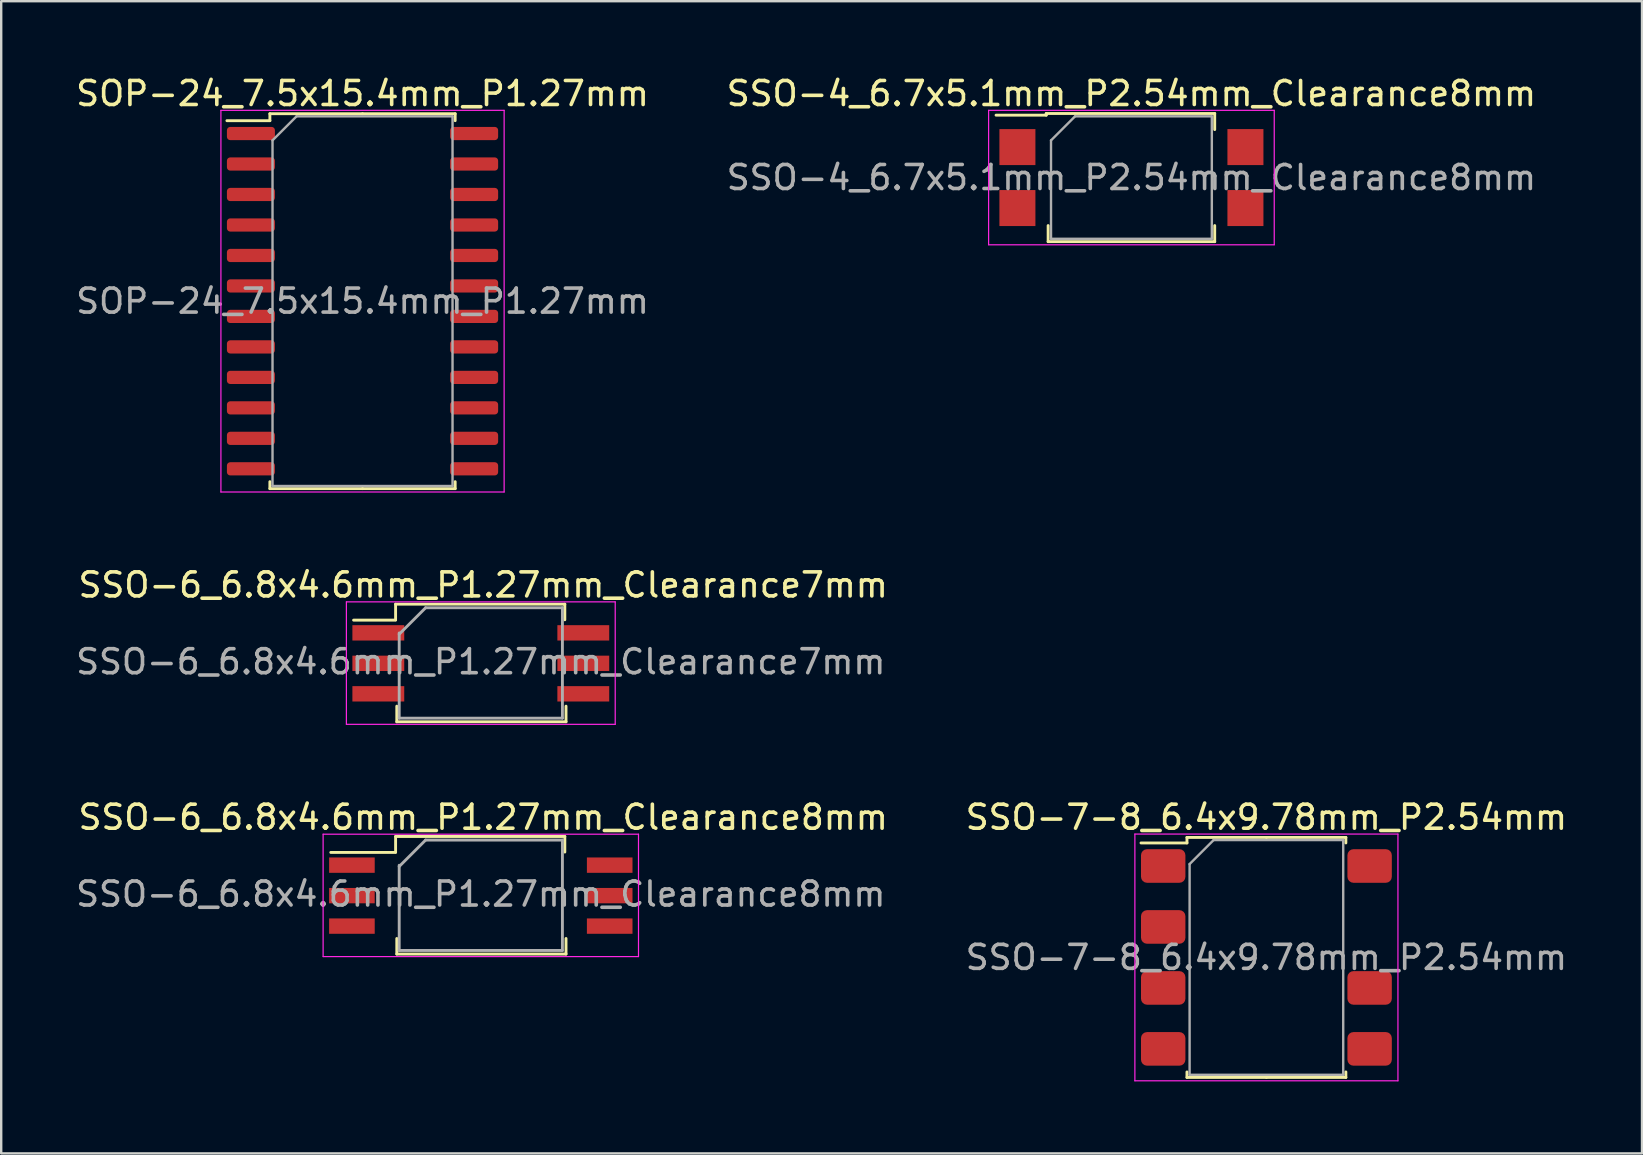
<source format=kicad_pcb>
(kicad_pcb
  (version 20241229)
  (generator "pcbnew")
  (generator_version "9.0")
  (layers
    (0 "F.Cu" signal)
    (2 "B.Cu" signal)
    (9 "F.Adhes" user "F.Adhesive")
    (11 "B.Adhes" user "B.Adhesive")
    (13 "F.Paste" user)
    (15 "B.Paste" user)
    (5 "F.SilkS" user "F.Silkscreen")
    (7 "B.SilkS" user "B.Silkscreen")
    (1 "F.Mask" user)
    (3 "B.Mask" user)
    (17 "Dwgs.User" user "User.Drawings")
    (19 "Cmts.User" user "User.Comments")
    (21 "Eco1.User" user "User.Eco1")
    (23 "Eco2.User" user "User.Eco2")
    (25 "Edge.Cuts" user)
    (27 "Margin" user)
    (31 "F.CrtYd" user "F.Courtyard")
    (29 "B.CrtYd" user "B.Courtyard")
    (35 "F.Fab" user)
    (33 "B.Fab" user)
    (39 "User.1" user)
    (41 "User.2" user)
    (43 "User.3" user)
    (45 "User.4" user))
  (footprint "SSO-6_6.8x4.6mm_P1.27mm_Clearance7mm"
    (layer "F.Cu")
    (at 16.982 24.587)
    (property "Reference" "SSO-6_6.8x4.6mm_P1.27mm_Clearance7mm" (at 0.1 -3.265 0) (layer "F.SilkS") (effects (font (size 1 1) (thickness 0.15))))
    (attr smd)
    (fp_line (start -3.55 -2.465) (end -3.55 -1.815) (stroke (width 0.12) (type solid)) (layer "F.SilkS"))
    (fp_line (start -3.55 -1.8) (end -5.3 -1.8) (stroke (width 0.12) (type solid)) (layer "F.SilkS"))
    (fp_line (start -3.5 1.785) (end -3.5 2.435) (stroke (width 0.12) (type solid)) (layer "F.SilkS"))
    (fp_line (start -3.5 2.435) (end 3.55 2.435) (stroke (width 0.12) (type solid)) (layer "F.SilkS"))
    (fp_line (start 3.5 -2.465) (end -3.55 -2.465) (stroke (width 0.12) (type solid)) (layer "F.SilkS"))
    (fp_line (start 3.5 -2.465) (end 3.5 -1.815) (stroke (width 0.12) (type solid)) (layer "F.SilkS"))
    (fp_line (start 3.55 1.785) (end 3.55 2.435) (stroke (width 0.12) (type solid)) (layer "F.SilkS"))
    (fp_line (start -5.6 -2.56) (end -5.6 2.54) (stroke (width 0.05) (type solid)) (layer "F.CrtYd"))
    (fp_line (start -5.6 -2.56) (end 5.6 -2.56) (stroke (width 0.05) (type solid)) (layer "F.CrtYd"))
    (fp_line (start 5.6 2.54) (end -5.6 2.54) (stroke (width 0.05) (type solid)) (layer "F.CrtYd"))
    (fp_line (start 5.6 2.54) (end 5.6 -2.56) (stroke (width 0.05) (type solid)) (layer "F.CrtYd"))
    (fp_line (start -3.4 2.285) (end -3.4 -1.265) (stroke (width 0.12) (type solid)) (layer "F.Fab"))
    (fp_line (start -2.3 -2.315) (end -3.4 -1.215) (stroke (width 0.12) (type solid)) (layer "F.Fab"))
    (fp_line (start 3.4 -2.315) (end -2.3 -2.315) (stroke (width 0.12) (type solid)) (layer "F.Fab"))
    (fp_line (start 3.4 -2.315) (end 3.4 2.285) (stroke (width 0.12) (type solid)) (layer "F.Fab"))
    (fp_line (start 3.4 2.285) (end -3.4 2.285) (stroke (width 0.12) (type solid)) (layer "F.Fab"))
    (fp_text user "${REFERENCE}" (at 0 -0.065 0) (layer "F.Fab") (effects (font (size 1 1) (thickness 0.15))))
    (pad "1" smd rect (at -4.27 -1.27) (size 2.16 0.64) (layers "F.Cu" "F.Mask" "F.Paste"))
    (pad "2" smd rect (at -4.27 0) (size 2.16 0.64) (layers "F.Cu" "F.Mask" "F.Paste"))
    (pad "3" smd rect (at -4.27 1.27) (size 2.16 0.64) (layers "F.Cu" "F.Mask" "F.Paste"))
    (pad "4" smd rect (at 4.27 1.27) (size 2.16 0.64) (layers "F.Cu" "F.Mask" "F.Paste"))
    (pad "5" smd rect (at 4.27 0) (size 2.16 0.64) (layers "F.Cu" "F.Mask" "F.Paste"))
    (pad "6" smd rect (at 4.27 -1.27) (size 2.16 0.64) (layers "F.Cu" "F.Mask" "F.Paste")))
  (footprint "SSO-4_6.7x5.1mm_P2.54mm_Clearance8mm"
    (layer "F.Cu")
    (at 44.089 4.348)
    (property "Reference" "SSO-4_6.7x5.1mm_P2.54mm_Clearance8mm" (at 0 -3.5 0) (layer "F.SilkS") (effects (font (size 1 1) (thickness 0.15))))
    (attr smd)
    (fp_line (start -3.55 -2.6) (end -5.64 -2.6) (stroke (width 0.12) (type solid)) (layer "F.SilkS"))
    (fp_line (start -3.55 -2.6) (end -3.55 -2.67) (stroke (width 0.12) (type solid)) (layer "F.SilkS"))
    (fp_line (start -3.47 2) (end -3.47 2.67) (stroke (width 0.12) (type solid)) (layer "F.SilkS"))
    (fp_line (start -3.47 2.67) (end 3.47 2.67) (stroke (width 0.12) (type solid)) (layer "F.SilkS"))
    (fp_line (start 3.47 -2.67) (end -3.55 -2.67) (stroke (width 0.12) (type solid)) (layer "F.SilkS"))
    (fp_line (start 3.47 -2.67) (end 3.47 -2) (stroke (width 0.12) (type solid)) (layer "F.SilkS"))
    (fp_line (start 3.47 2) (end 3.47 2.67) (stroke (width 0.12) (type solid)) (layer "F.SilkS"))
    (fp_line (start -5.95 -2.8) (end -5.95 2.8) (stroke (width 0.05) (type solid)) (layer "F.CrtYd"))
    (fp_line (start -5.95 -2.8) (end 5.95 -2.8) (stroke (width 0.05) (type solid)) (layer "F.CrtYd"))
    (fp_line (start 5.95 2.8) (end -5.95 2.8) (stroke (width 0.05) (type solid)) (layer "F.CrtYd"))
    (fp_line (start 5.95 2.8) (end 5.95 -2.8) (stroke (width 0.05) (type solid)) (layer "F.CrtYd"))
    (fp_line (start -3.35 2.55) (end -3.35 -1.55) (stroke (width 0.1) (type solid)) (layer "F.Fab"))
    (fp_line (start -2.35 -2.55) (end -3.35 -1.55) (stroke (width 0.1) (type solid)) (layer "F.Fab"))
    (fp_line (start 3.35 -2.55) (end -2.35 -2.55) (stroke (width 0.1) (type solid)) (layer "F.Fab"))
    (fp_line (start 3.35 -2.55) (end 3.35 2.55) (stroke (width 0.1) (type solid)) (layer "F.Fab"))
    (fp_line (start 3.35 2.55) (end -3.35 2.55) (stroke (width 0.1) (type solid)) (layer "F.Fab"))
    (fp_text user "${REFERENCE}" (at 0 0 0) (layer "F.Fab") (effects (font (size 1 1) (thickness 0.15))))
    (pad "1" smd rect (at -4.75 -1.27) (size 1.5 1.5) (layers "F.Cu" "F.Mask" "F.Paste"))
    (pad "2" smd rect (at -4.75 1.27) (size 1.5 1.5) (layers "F.Cu" "F.Mask" "F.Paste"))
    (pad "3" smd rect (at 4.75 1.27) (size 1.5 1.5) (layers "F.Cu" "F.Mask" "F.Paste"))
    (pad "4" smd rect (at 4.75 -1.27) (size 1.5 1.5) (layers "F.Cu" "F.Mask" "F.Paste")))
  (footprint "SSO-6_6.8x4.6mm_P1.27mm_Clearance8mm"
    (layer "F.Cu")
    (at 16.982 34.265)
    (property "Reference" "SSO-6_6.8x4.6mm_P1.27mm_Clearance8mm" (at 0.1 -3.265 0) (layer "F.SilkS") (effects (font (size 1 1) (thickness 0.15))))
    (attr smd)
    (fp_line (start -3.55 -2.465) (end -3.55 -1.815) (stroke (width 0.12) (type solid)) (layer "F.SilkS"))
    (fp_line (start -3.55 -1.8) (end -6.25 -1.8) (stroke (width 0.12) (type solid)) (layer "F.SilkS"))
    (fp_line (start -3.5 1.785) (end -3.5 2.435) (stroke (width 0.12) (type solid)) (layer "F.SilkS"))
    (fp_line (start -3.5 2.435) (end 3.55 2.435) (stroke (width 0.12) (type solid)) (layer "F.SilkS"))
    (fp_line (start 3.5 -2.465) (end -3.55 -2.465) (stroke (width 0.12) (type solid)) (layer "F.SilkS"))
    (fp_line (start 3.5 -2.465) (end 3.5 -1.815) (stroke (width 0.12) (type solid)) (layer "F.SilkS"))
    (fp_line (start 3.55 1.785) (end 3.55 2.435) (stroke (width 0.12) (type solid)) (layer "F.SilkS"))
    (fp_line (start -6.57 -2.56) (end -6.57 2.54) (stroke (width 0.05) (type solid)) (layer "F.CrtYd"))
    (fp_line (start -6.57 -2.56) (end 6.57 -2.56) (stroke (width 0.05) (type solid)) (layer "F.CrtYd"))
    (fp_line (start 6.57 2.54) (end -6.57 2.54) (stroke (width 0.05) (type solid)) (layer "F.CrtYd"))
    (fp_line (start 6.57 2.54) (end 6.57 -2.56) (stroke (width 0.05) (type solid)) (layer "F.CrtYd"))
    (fp_line (start -3.4 2.285) (end -3.4 -1.265) (stroke (width 0.12) (type solid)) (layer "F.Fab"))
    (fp_line (start -2.3 -2.315) (end -3.4 -1.215) (stroke (width 0.12) (type solid)) (layer "F.Fab"))
    (fp_line (start 3.4 -2.315) (end -2.3 -2.315) (stroke (width 0.12) (type solid)) (layer "F.Fab"))
    (fp_line (start 3.4 -2.315) (end 3.4 2.285) (stroke (width 0.12) (type solid)) (layer "F.Fab"))
    (fp_line (start 3.4 2.285) (end -3.4 2.285) (stroke (width 0.12) (type solid)) (layer "F.Fab"))
    (fp_text user "${REFERENCE}" (at 0 -0.065 0) (layer "F.Fab") (effects (font (size 1 1) (thickness 0.15))))
    (pad "1" smd rect (at -5.37 -1.27) (size 1.9 0.64) (layers "F.Cu" "F.Mask" "F.Paste"))
    (pad "2" smd rect (at -5.37 0) (size 1.9 0.64) (layers "F.Cu" "F.Mask" "F.Paste"))
    (pad "3" smd rect (at -5.37 1.27) (size 1.9 0.64) (layers "F.Cu" "F.Mask" "F.Paste"))
    (pad "4" smd rect (at 5.37 1.27) (size 1.9 0.64) (layers "F.Cu" "F.Mask" "F.Paste"))
    (pad "5" smd rect (at 5.37 0) (size 1.9 0.64) (layers "F.Cu" "F.Mask" "F.Paste"))
    (pad "6" smd rect (at 5.37 -1.27) (size 1.9 0.64) (layers "F.Cu" "F.Mask" "F.Paste")))
  (footprint "SOP-24_7.5x15.4mm_P1.27mm"
    (layer "F.Cu")
    (at 12.054 9.498)
    (property "Reference" "SOP-24_7.5x15.4mm_P1.27mm" (at 0 -8.65 0) (layer "F.SilkS") (effects (font (size 1 1) (thickness 0.15))))
    (attr smd)
    (fp_line (start -3.86 -7.81) (end -3.86 -7.52) (stroke (width 0.12) (type solid)) (layer "F.SilkS"))
    (fp_line (start -3.86 -7.52) (end -5.65 -7.52) (stroke (width 0.12) (type solid)) (layer "F.SilkS"))
    (fp_line (start -3.86 7.81) (end -3.86 7.52) (stroke (width 0.12) (type solid)) (layer "F.SilkS"))
    (fp_line (start 0 -7.81) (end -3.86 -7.81) (stroke (width 0.12) (type solid)) (layer "F.SilkS"))
    (fp_line (start 0 -7.81) (end 3.86 -7.81) (stroke (width 0.12) (type solid)) (layer "F.SilkS"))
    (fp_line (start 0 7.81) (end -3.86 7.81) (stroke (width 0.12) (type solid)) (layer "F.SilkS"))
    (fp_line (start 0 7.81) (end 3.86 7.81) (stroke (width 0.12) (type solid)) (layer "F.SilkS"))
    (fp_line (start 3.86 -7.81) (end 3.86 -7.52) (stroke (width 0.12) (type solid)) (layer "F.SilkS"))
    (fp_line (start 3.86 7.81) (end 3.86 7.52) (stroke (width 0.12) (type solid)) (layer "F.SilkS"))
    (fp_line (start -5.9 -7.95) (end -5.9 7.95) (stroke (width 0.05) (type solid)) (layer "F.CrtYd"))
    (fp_line (start -5.9 7.95) (end 5.9 7.95) (stroke (width 0.05) (type solid)) (layer "F.CrtYd"))
    (fp_line (start 5.9 -7.95) (end -5.9 -7.95) (stroke (width 0.05) (type solid)) (layer "F.CrtYd"))
    (fp_line (start 5.9 7.95) (end 5.9 -7.95) (stroke (width 0.05) (type solid)) (layer "F.CrtYd"))
    (fp_line (start -3.75 -6.7) (end -2.75 -7.7) (stroke (width 0.1) (type solid)) (layer "F.Fab"))
    (fp_line (start -3.75 7.7) (end -3.75 -6.7) (stroke (width 0.1) (type solid)) (layer "F.Fab"))
    (fp_line (start -2.75 -7.7) (end 3.75 -7.7) (stroke (width 0.1) (type solid)) (layer "F.Fab"))
    (fp_line (start 3.75 -7.7) (end 3.75 7.7) (stroke (width 0.1) (type solid)) (layer "F.Fab"))
    (fp_line (start 3.75 7.7) (end -3.75 7.7) (stroke (width 0.1) (type solid)) (layer "F.Fab"))
    (fp_text user "${REFERENCE}" (at 0 0 0) (layer "F.Fab") (effects (font (size 1 1) (thickness 0.15))))
    (pad "1" smd roundrect (at -4.65 -6.985) (size 2 0.55) (layers "F.Cu" "F.Mask" "F.Paste") (roundrect_rratio 0.25))
    (pad "2" smd roundrect (at -4.65 -5.715) (size 2 0.55) (layers "F.Cu" "F.Mask" "F.Paste") (roundrect_rratio 0.25))
    (pad "3" smd roundrect (at -4.65 -4.445) (size 2 0.55) (layers "F.Cu" "F.Mask" "F.Paste") (roundrect_rratio 0.25))
    (pad "4" smd roundrect (at -4.65 -3.175) (size 2 0.55) (layers "F.Cu" "F.Mask" "F.Paste") (roundrect_rratio 0.25))
    (pad "5" smd roundrect (at -4.65 -1.905) (size 2 0.55) (layers "F.Cu" "F.Mask" "F.Paste") (roundrect_rratio 0.25))
    (pad "6" smd roundrect (at -4.65 -0.635) (size 2 0.55) (layers "F.Cu" "F.Mask" "F.Paste") (roundrect_rratio 0.25))
    (pad "7" smd roundrect (at -4.65 0.635) (size 2 0.55) (layers "F.Cu" "F.Mask" "F.Paste") (roundrect_rratio 0.25))
    (pad "8" smd roundrect (at -4.65 1.905) (size 2 0.55) (layers "F.Cu" "F.Mask" "F.Paste") (roundrect_rratio 0.25))
    (pad "9" smd roundrect (at -4.65 3.175) (size 2 0.55) (layers "F.Cu" "F.Mask" "F.Paste") (roundrect_rratio 0.25))
    (pad "10" smd roundrect (at -4.65 4.445) (size 2 0.55) (layers "F.Cu" "F.Mask" "F.Paste") (roundrect_rratio 0.25))
    (pad "11" smd roundrect (at -4.65 5.715) (size 2 0.55) (layers "F.Cu" "F.Mask" "F.Paste") (roundrect_rratio 0.25))
    (pad "12" smd roundrect (at -4.65 6.985) (size 2 0.55) (layers "F.Cu" "F.Mask" "F.Paste") (roundrect_rratio 0.25))
    (pad "13" smd roundrect (at 4.65 6.985) (size 2 0.55) (layers "F.Cu" "F.Mask" "F.Paste") (roundrect_rratio 0.25))
    (pad "14" smd roundrect (at 4.65 5.715) (size 2 0.55) (layers "F.Cu" "F.Mask" "F.Paste") (roundrect_rratio 0.25))
    (pad "15" smd roundrect (at 4.65 4.445) (size 2 0.55) (layers "F.Cu" "F.Mask" "F.Paste") (roundrect_rratio 0.25))
    (pad "16" smd roundrect (at 4.65 3.175) (size 2 0.55) (layers "F.Cu" "F.Mask" "F.Paste") (roundrect_rratio 0.25))
    (pad "17" smd roundrect (at 4.65 1.905) (size 2 0.55) (layers "F.Cu" "F.Mask" "F.Paste") (roundrect_rratio 0.25))
    (pad "18" smd roundrect (at 4.65 0.635) (size 2 0.55) (layers "F.Cu" "F.Mask" "F.Paste") (roundrect_rratio 0.25))
    (pad "19" smd roundrect (at 4.65 -0.635) (size 2 0.55) (layers "F.Cu" "F.Mask" "F.Paste") (roundrect_rratio 0.25))
    (pad "20" smd roundrect (at 4.65 -1.905) (size 2 0.55) (layers "F.Cu" "F.Mask" "F.Paste") (roundrect_rratio 0.25))
    (pad "21" smd roundrect (at 4.65 -3.175) (size 2 0.55) (layers "F.Cu" "F.Mask" "F.Paste") (roundrect_rratio 0.25))
    (pad "22" smd roundrect (at 4.65 -4.445) (size 2 0.55) (layers "F.Cu" "F.Mask" "F.Paste") (roundrect_rratio 0.25))
    (pad "23" smd roundrect (at 4.65 -5.715) (size 2 0.55) (layers "F.Cu" "F.Mask" "F.Paste") (roundrect_rratio 0.25))
    (pad "24" smd roundrect (at 4.65 -6.985) (size 2 0.55) (layers "F.Cu" "F.Mask" "F.Paste") (roundrect_rratio 0.25)))
  (footprint "SSO-7-8_6.4x9.78mm_P2.54mm"
    (layer "F.Cu")
    (at 49.713 36.84)
    (property "Reference" "SSO-7-8_6.4x9.78mm_P2.54mm" (at 0 -5.84 0) (layer "F.SilkS") (effects (font (size 1 1) (thickness 0.15))))
    (attr smd)
    (fp_line (start -3.31 -5) (end -3.31 -4.77) (stroke (width 0.12) (type solid)) (layer "F.SilkS"))
    (fp_line (start -3.31 -4.77) (end -5.225 -4.77) (stroke (width 0.12) (type solid)) (layer "F.SilkS"))
    (fp_line (start -3.31 5) (end -3.31 4.77) (stroke (width 0.12) (type solid)) (layer "F.SilkS"))
    (fp_line (start 0 -5) (end -3.31 -5) (stroke (width 0.12) (type solid)) (layer "F.SilkS"))
    (fp_line (start 0 -5) (end 3.31 -5) (stroke (width 0.12) (type solid)) (layer "F.SilkS"))
    (fp_line (start 0 5) (end -3.31 5) (stroke (width 0.12) (type solid)) (layer "F.SilkS"))
    (fp_line (start 0 5) (end 3.31 5) (stroke (width 0.12) (type solid)) (layer "F.SilkS"))
    (fp_line (start 3.31 -5) (end 3.31 -4.77) (stroke (width 0.12) (type solid)) (layer "F.SilkS"))
    (fp_line (start 3.31 5) (end 3.31 4.77) (stroke (width 0.12) (type solid)) (layer "F.SilkS"))
    (fp_line (start -5.48 -5.14) (end -5.48 5.14) (stroke (width 0.05) (type solid)) (layer "F.CrtYd"))
    (fp_line (start -5.48 5.14) (end 5.48 5.14) (stroke (width 0.05) (type solid)) (layer "F.CrtYd"))
    (fp_line (start 5.48 -5.14) (end -5.48 -5.14) (stroke (width 0.05) (type solid)) (layer "F.CrtYd"))
    (fp_line (start 5.48 5.14) (end 5.48 -5.14) (stroke (width 0.05) (type solid)) (layer "F.CrtYd"))
    (fp_line (start -3.2 -3.89) (end -2.2 -4.89) (stroke (width 0.1) (type solid)) (layer "F.Fab"))
    (fp_line (start -3.2 4.89) (end -3.2 -3.89) (stroke (width 0.1) (type solid)) (layer "F.Fab"))
    (fp_line (start -2.2 -4.89) (end 3.2 -4.89) (stroke (width 0.1) (type solid)) (layer "F.Fab"))
    (fp_line (start 3.2 -4.89) (end 3.2 4.89) (stroke (width 0.1) (type solid)) (layer "F.Fab"))
    (fp_line (start 3.2 4.89) (end -3.2 4.89) (stroke (width 0.1) (type solid)) (layer "F.Fab"))
    (fp_text user "${REFERENCE}" (at 0 0 0) (layer "F.Fab") (effects (font (size 1 1) (thickness 0.15))))
    (pad "1" smd roundrect (at -4.3 -3.81) (size 1.85 1.4) (layers "F.Cu" "F.Mask" "F.Paste") (roundrect_rratio 0.179))
    (pad "2" smd roundrect (at -4.3 -1.27) (size 1.85 1.4) (layers "F.Cu" "F.Mask" "F.Paste") (roundrect_rratio 0.179))
    (pad "3" smd roundrect (at -4.3 1.27) (size 1.85 1.4) (layers "F.Cu" "F.Mask" "F.Paste") (roundrect_rratio 0.179))
    (pad "4" smd roundrect (at -4.3 3.81) (size 1.85 1.4) (layers "F.Cu" "F.Mask" "F.Paste") (roundrect_rratio 0.179))
    (pad "5" smd roundrect (at 4.3 3.81) (size 1.85 1.4) (layers "F.Cu" "F.Mask" "F.Paste") (roundrect_rratio 0.179))
    (pad "6" smd roundrect (at 4.3 1.27) (size 1.85 1.4) (layers "F.Cu" "F.Mask" "F.Paste") (roundrect_rratio 0.179))
    (pad "8" smd roundrect (at 4.3 -3.81) (size 1.85 1.4) (layers "F.Cu" "F.Mask" "F.Paste") (roundrect_rratio 0.179)))
  (gr_rect
    (start -3 -3)
    (end 65.362 45.005)
    (stroke (width 0.1) (type default))
    (fill no)
    (layer "Edge.Cuts")))
</source>
